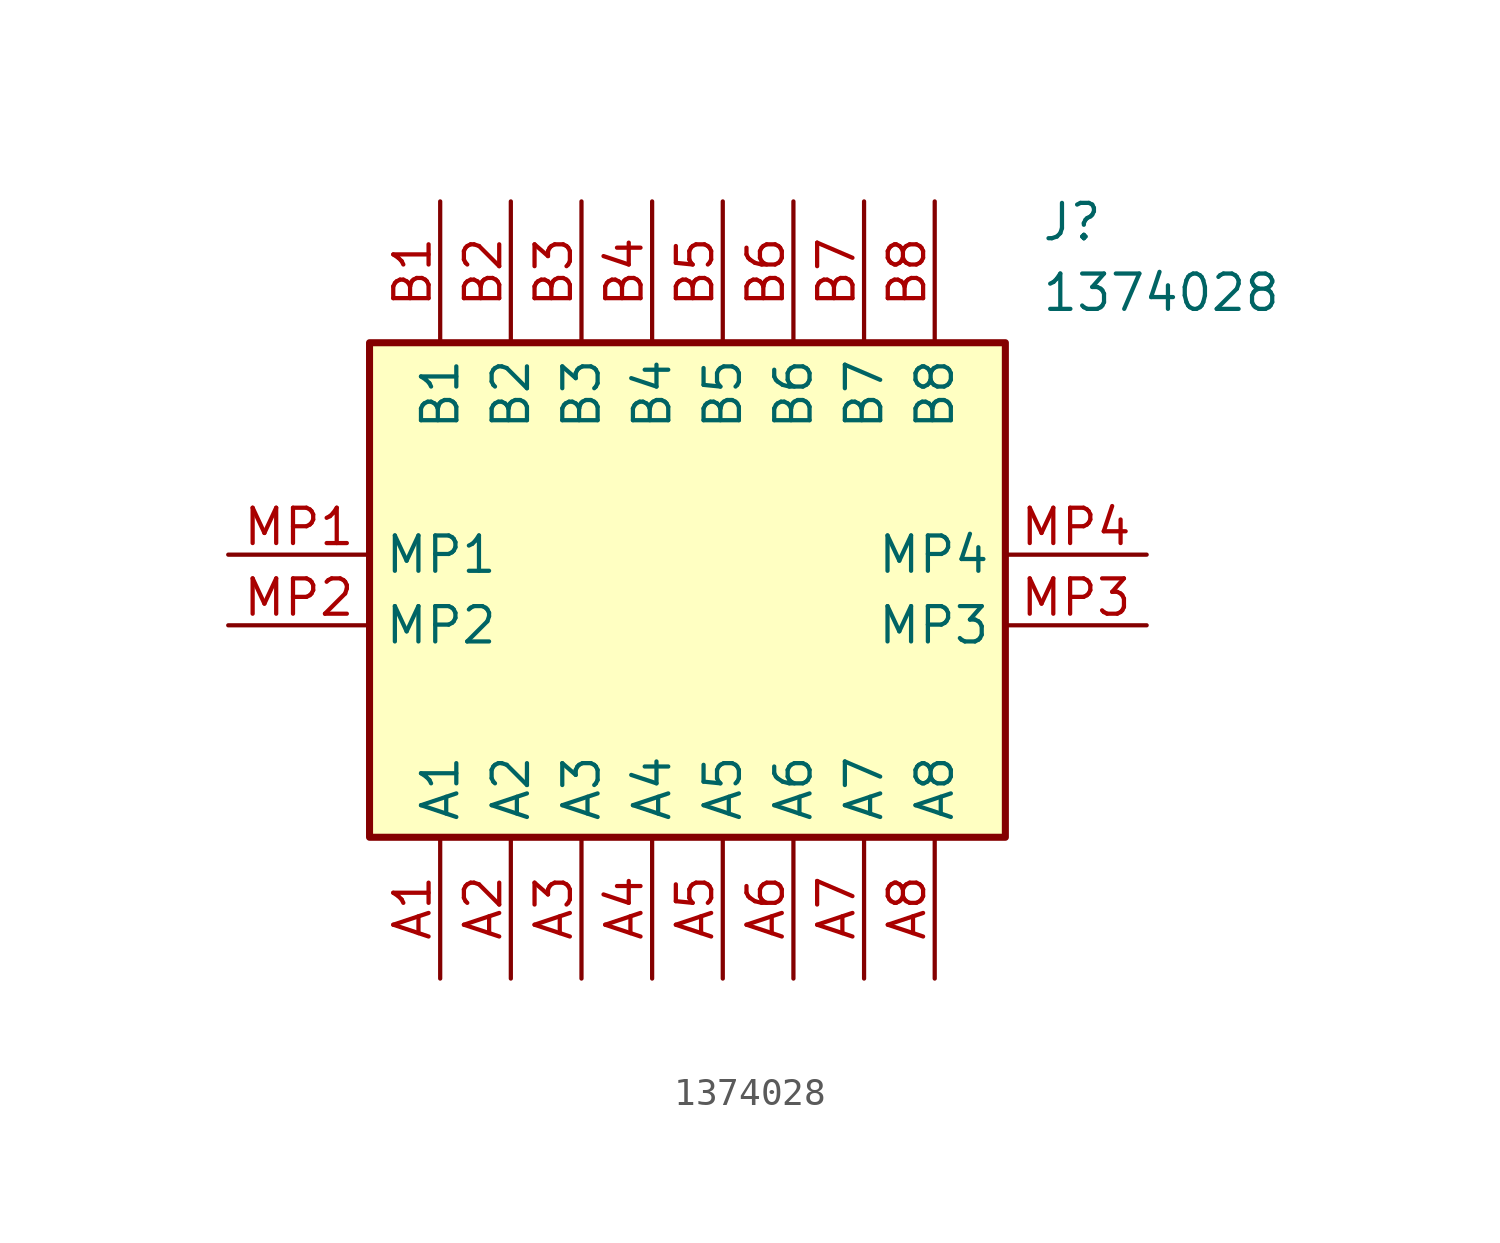
<source format=kicad_sym>
(kicad_symbol_lib
  (version 20211014)
  (generator SamacSys_ECAD_Model)
  (symbol "1374028"
    (property "Reference" "J"
      (at 29.21 12.7 0)
      (effects (font (size 1.27 1.27)) (justify left top)))
    (property "Value" "1374028"
      (at 29.21 10.16 0)
      (effects (font (size 1.27 1.27)) (justify left top)))
    (rectangle
      (start 5.08 7.62)
      (end 27.94 -10.16)
      (stroke (width 0.254) (type default))
      (fill (type background)))
    (pin passive line
      (at 7.62 -15.24 90)
      (length 5.08)
      (name "A1" (effects (font (size 1.27 1.27))))
      (number "A1" (effects (font (size 1.27 1.27)))))
    (pin passive line
      (at 10.16 -15.24 90)
      (length 5.08)
      (name "A2" (effects (font (size 1.27 1.27))))
      (number "A2" (effects (font (size 1.27 1.27)))))
    (pin passive line
      (at 12.7 -15.24 90)
      (length 5.08)
      (name "A3" (effects (font (size 1.27 1.27))))
      (number "A3" (effects (font (size 1.27 1.27)))))
    (pin passive line
      (at 15.24 -15.24 90)
      (length 5.08)
      (name "A4" (effects (font (size 1.27 1.27))))
      (number "A4" (effects (font (size 1.27 1.27)))))
    (pin passive line
      (at 17.78 -15.24 90)
      (length 5.08)
      (name "A5" (effects (font (size 1.27 1.27))))
      (number "A5" (effects (font (size 1.27 1.27)))))
    (pin passive line
      (at 20.32 -15.24 90)
      (length 5.08)
      (name "A6" (effects (font (size 1.27 1.27))))
      (number "A6" (effects (font (size 1.27 1.27)))))
    (pin passive line
      (at 22.86 -15.24 90)
      (length 5.08)
      (name "A7" (effects (font (size 1.27 1.27))))
      (number "A7" (effects (font (size 1.27 1.27)))))
    (pin passive line
      (at 25.4 -15.24 90)
      (length 5.08)
      (name "A8" (effects (font (size 1.27 1.27))))
      (number "A8" (effects (font (size 1.27 1.27)))))
    (pin passive line
      (at 7.62 12.7 270)
      (length 5.08)
      (name "B1" (effects (font (size 1.27 1.27))))
      (number "B1" (effects (font (size 1.27 1.27)))))
    (pin passive line
      (at 10.16 12.7 270)
      (length 5.08)
      (name "B2" (effects (font (size 1.27 1.27))))
      (number "B2" (effects (font (size 1.27 1.27)))))
    (pin passive line
      (at 12.7 12.7 270)
      (length 5.08)
      (name "B3" (effects (font (size 1.27 1.27))))
      (number "B3" (effects (font (size 1.27 1.27)))))
    (pin passive line
      (at 15.24 12.7 270)
      (length 5.08)
      (name "B4" (effects (font (size 1.27 1.27))))
      (number "B4" (effects (font (size 1.27 1.27)))))
    (pin passive line
      (at 17.78 12.7 270)
      (length 5.08)
      (name "B5" (effects (font (size 1.27 1.27))))
      (number "B5" (effects (font (size 1.27 1.27)))))
    (pin passive line
      (at 20.32 12.7 270)
      (length 5.08)
      (name "B6" (effects (font (size 1.27 1.27))))
      (number "B6" (effects (font (size 1.27 1.27)))))
    (pin passive line
      (at 22.86 12.7 270)
      (length 5.08)
      (name "B7" (effects (font (size 1.27 1.27))))
      (number "B7" (effects (font (size 1.27 1.27)))))
    (pin passive line
      (at 25.4 12.7 270)
      (length 5.08)
      (name "B8" (effects (font (size 1.27 1.27))))
      (number "B8" (effects (font (size 1.27 1.27)))))
    (pin passive line
      (at 0 0 0)
      (length 5.08)
      (name "MP1" (effects (font (size 1.27 1.27))))
      (number "MP1" (effects (font (size 1.27 1.27)))))
    (pin passive line
      (at 0 -2.54 0)
      (length 5.08)
      (name "MP2" (effects (font (size 1.27 1.27))))
      (number "MP2" (effects (font (size 1.27 1.27)))))
    (pin passive line
      (at 33.02 -2.54 180)
      (length 5.08)
      (name "MP3" (effects (font (size 1.27 1.27))))
      (number "MP3" (effects (font (size 1.27 1.27)))))
    (pin passive line
      (at 33.02 0 180)
      (length 5.08)
      (name "MP4" (effects (font (size 1.27 1.27))))
      (number "MP4" (effects (font (size 1.27 1.27)))))))
</source>
